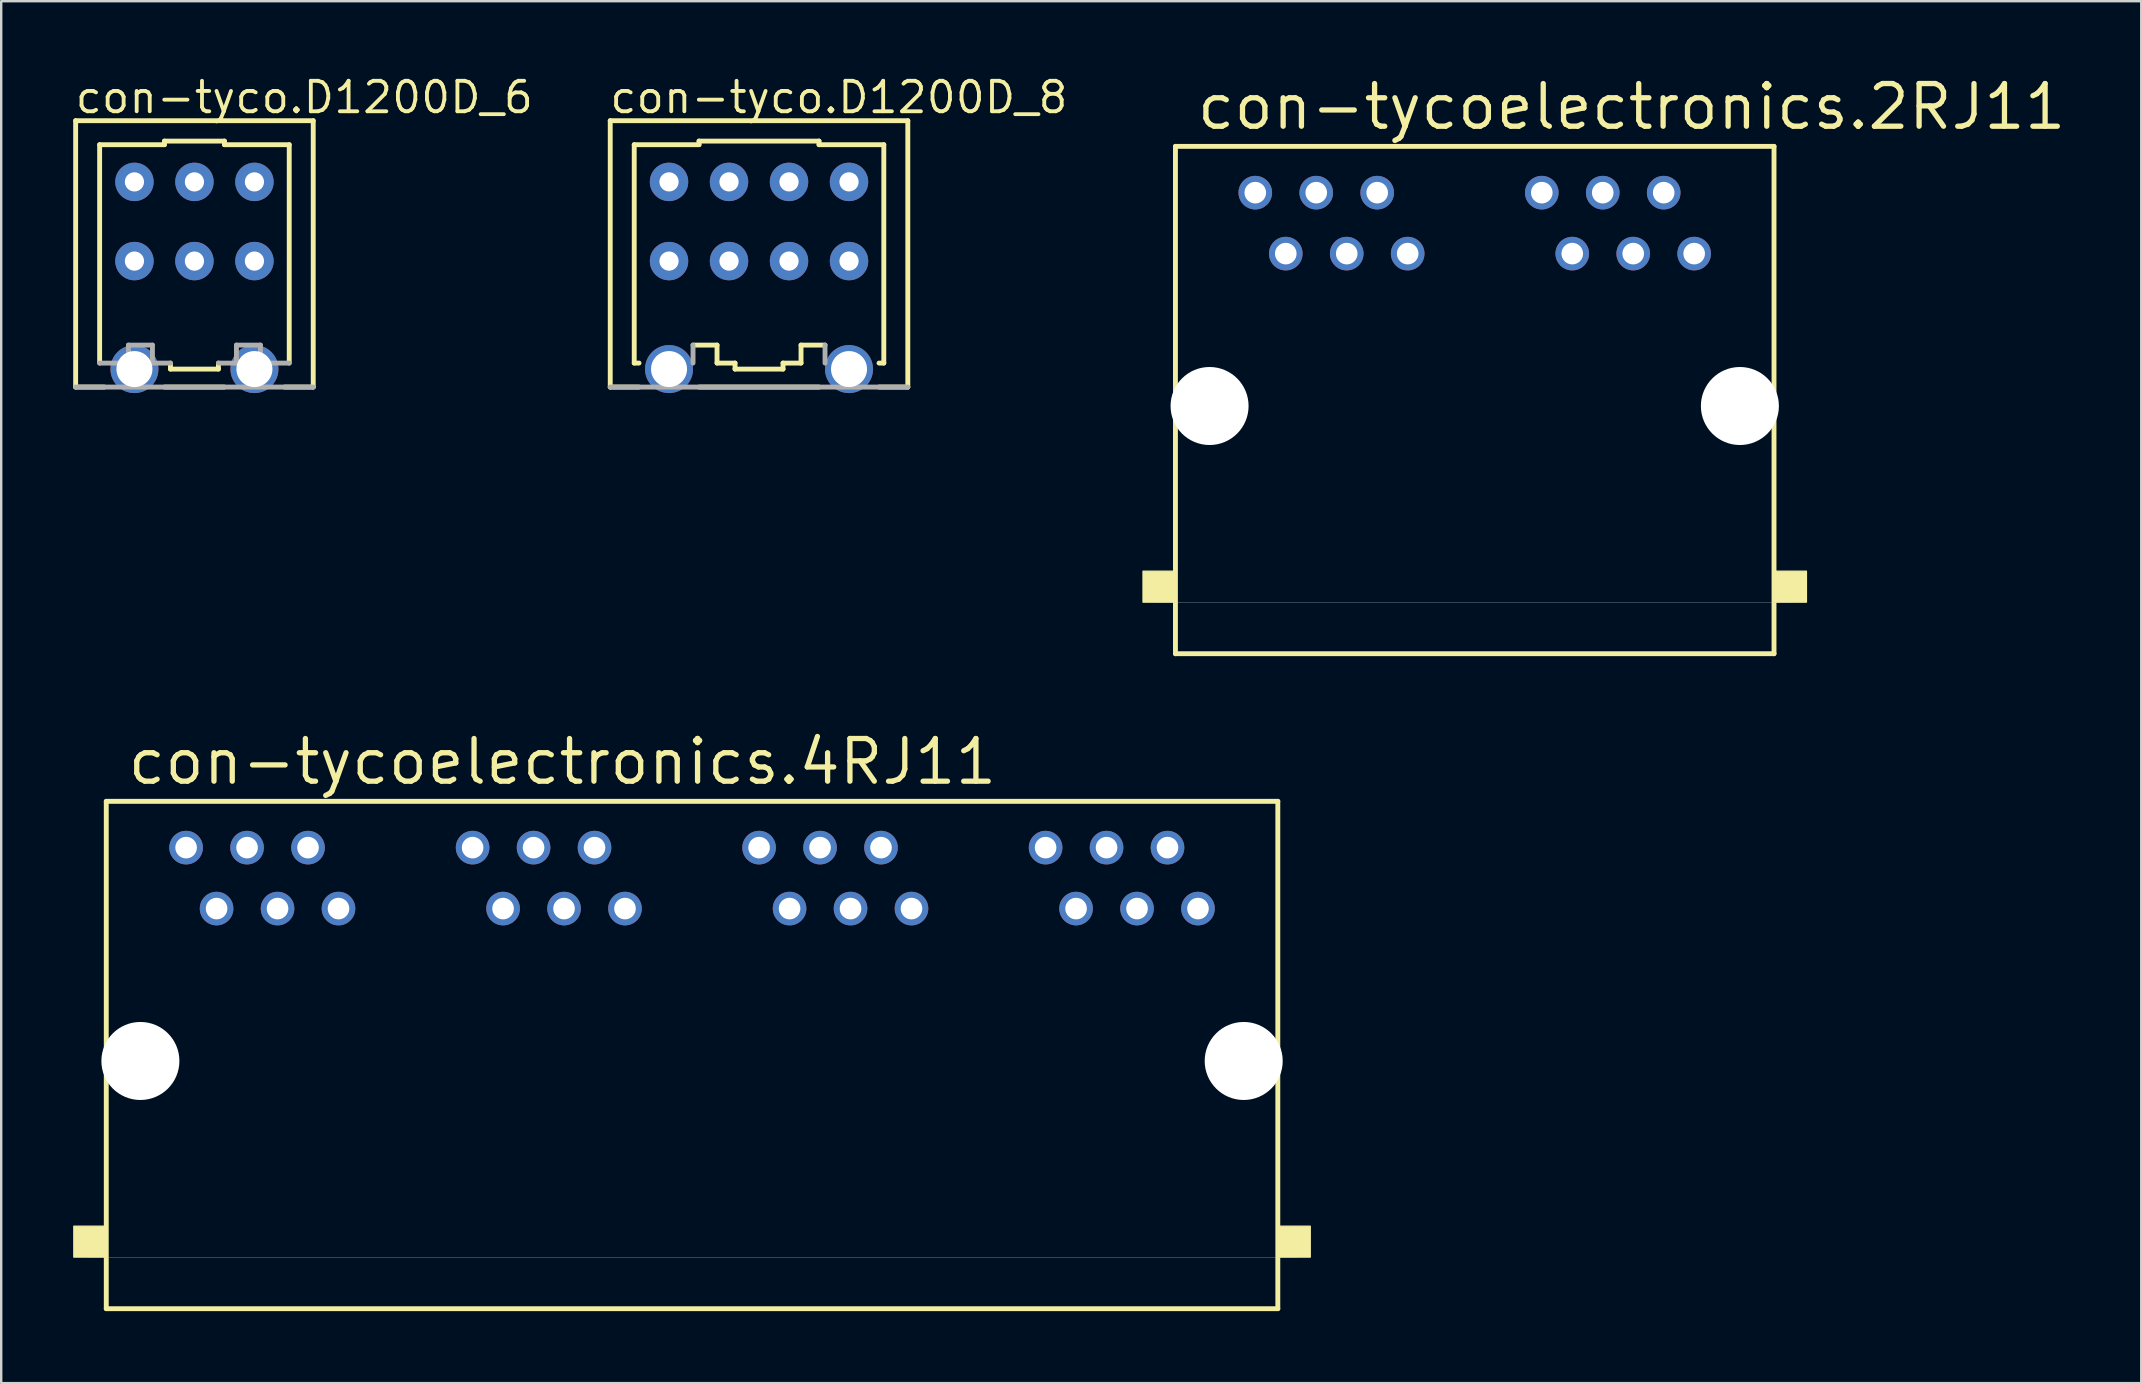
<source format=kicad_pcb>
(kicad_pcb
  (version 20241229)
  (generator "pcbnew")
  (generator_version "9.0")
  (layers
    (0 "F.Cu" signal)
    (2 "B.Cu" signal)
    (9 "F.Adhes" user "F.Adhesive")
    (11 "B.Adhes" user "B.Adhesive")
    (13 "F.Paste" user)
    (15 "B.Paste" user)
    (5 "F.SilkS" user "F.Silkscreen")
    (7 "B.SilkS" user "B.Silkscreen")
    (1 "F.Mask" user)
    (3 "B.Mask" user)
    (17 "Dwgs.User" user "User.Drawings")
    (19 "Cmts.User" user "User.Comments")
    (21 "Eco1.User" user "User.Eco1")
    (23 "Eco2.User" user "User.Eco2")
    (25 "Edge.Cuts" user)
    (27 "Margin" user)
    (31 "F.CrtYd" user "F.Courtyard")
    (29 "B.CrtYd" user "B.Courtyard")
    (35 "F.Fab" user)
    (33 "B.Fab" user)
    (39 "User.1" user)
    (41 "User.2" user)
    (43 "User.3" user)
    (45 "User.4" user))
  (footprint "con-tyco.D1200D_6"
    (layer "F.Cu")
    (at 5.052 7.829)
    (property "Reference" "con-tyco.D1200D_6" (at -5.052 -6.079 0) (layer "F.SilkS") (effects (font (size 1.27 1.27) (thickness 0.16)) (justify left bottom)))
    (attr through_hole)
    (fp_line (start -4.95 -5.85) (end 4.95 -5.85) (stroke (width 0.203) (type default)) (layer "F.SilkS"))
    (fp_line (start -4.95 5.25) (end -4.95 -5.85) (stroke (width 0.203) (type default)) (layer "F.SilkS"))
    (fp_line (start -3.95 -4.85) (end -1.25 -4.85) (stroke (width 0.203) (type default)) (layer "F.SilkS"))
    (fp_line (start -3.95 4.25) (end -3.95 -4.85) (stroke (width 0.203) (type default)) (layer "F.SilkS"))
    (fp_line (start -3.75 5.25) (end -4.95 5.25) (stroke (width 0.203) (type default)) (layer "F.SilkS"))
    (fp_line (start -1.25 -5) (end 1.25 -5) (stroke (width 0.203) (type default)) (layer "F.SilkS"))
    (fp_line (start -1.25 -4.85) (end -1.25 -5) (stroke (width 0.203) (type default)) (layer "F.SilkS"))
    (fp_line (start -1 4.5) (end -1 4.25) (stroke (width 0.203) (type default)) (layer "F.SilkS"))
    (fp_line (start 1 4.25) (end 1 4.5) (stroke (width 0.203) (type default)) (layer "F.SilkS"))
    (fp_line (start 1 4.5) (end -1 4.5) (stroke (width 0.203) (type default)) (layer "F.SilkS"))
    (fp_line (start 1.25 -5) (end 1.25 -4.85) (stroke (width 0.203) (type default)) (layer "F.SilkS"))
    (fp_line (start 1.25 -4.85) (end 3.95 -4.85) (stroke (width 0.203) (type default)) (layer "F.SilkS"))
    (fp_line (start 1.25 5.25) (end -1.25 5.25) (stroke (width 0.203) (type default)) (layer "F.SilkS"))
    (fp_line (start 3.95 -4.85) (end 3.95 4.25) (stroke (width 0.203) (type default)) (layer "F.SilkS"))
    (fp_line (start 4.95 -5.85) (end 4.95 5.25) (stroke (width 0.203) (type default)) (layer "F.SilkS"))
    (fp_line (start 4.95 5.25) (end 3.75 5.25) (stroke (width 0.203) (type default)) (layer "F.SilkS"))
    (fp_line (start -2.75 3.5) (end -2.75 4.25) (stroke (width 0.203) (type default)) (layer "F.Fab"))
    (fp_line (start -2.75 4.25) (end -3.95 4.25) (stroke (width 0.203) (type default)) (layer "F.Fab"))
    (fp_line (start -1.75 3.5) (end -2.75 3.5) (stroke (width 0.203) (type default)) (layer "F.Fab"))
    (fp_line (start -1.75 4.25) (end -1.75 3.5) (stroke (width 0.203) (type default)) (layer "F.Fab"))
    (fp_line (start -1 4.25) (end -1.75 4.25) (stroke (width 0.203) (type default)) (layer "F.Fab"))
    (fp_line (start 1.75 3.5) (end 1.75 4.25) (stroke (width 0.203) (type default)) (layer "F.Fab"))
    (fp_line (start 1.75 4.25) (end 1 4.25) (stroke (width 0.203) (type default)) (layer "F.Fab"))
    (fp_line (start 2.75 3.5) (end 1.75 3.5) (stroke (width 0.203) (type default)) (layer "F.Fab"))
    (fp_line (start 2.75 4.25) (end 2.75 3.5) (stroke (width 0.203) (type default)) (layer "F.Fab"))
    (fp_line (start 3.95 4.25) (end 2.75 4.25) (stroke (width 0.203) (type default)) (layer "F.Fab"))
    (fp_line (start 4.95 5.25) (end -4.95 5.25) (stroke (width 0.203) (type default)) (layer "F.Fab"))
    (pad "A1" thru_hole circle (at 2.5 -3.3 180) (size 1.6 1.6) (drill 0.8) (layers "*.Cu" "*.Mask"))
    (pad "A2" thru_hole circle (at 0 -3.3 180) (size 1.6 1.6) (drill 0.8) (layers "*.Cu" "*.Mask"))
    (pad "A3" thru_hole circle (at -2.5 -3.3 180) (size 1.6 1.6) (drill 0.8) (layers "*.Cu" "*.Mask"))
    (pad "B1" thru_hole circle (at 2.5 0 180) (size 1.6 1.6) (drill 0.8) (layers "*.Cu" "*.Mask"))
    (pad "B2" thru_hole circle (at 0 0 180) (size 1.6 1.6) (drill 0.8) (layers "*.Cu" "*.Mask"))
    (pad "B3" thru_hole circle (at -2.5 0 180) (size 1.6 1.6) (drill 0.8) (layers "*.Cu" "*.Mask"))
    (pad "M1" thru_hole circle (at 2.5 4.5) (size 2 2) (drill 1.5) (layers "*.Cu" "*.Mask"))
    (pad "M2" thru_hole circle (at -2.5 4.5) (size 2 2) (drill 1.5) (layers "*.Cu" "*.Mask")))
  (footprint "con-tycoelectronics.4RJ11"
    (layer "F.Cu")
    (at 25.787 41.16)
    (property "Reference" "con-tycoelectronics.4RJ11" (at -23.622 -11.43 0) (layer "F.SilkS") (effects (font (size 1.778 1.778) (thickness 0.22)) (justify left bottom)))
    (attr through_hole)
    (fp_line (start -24.409 -10.819) (end 24.409 -10.819) (stroke (width 0.203) (type default)) (layer "F.SilkS"))
    (fp_line (start -24.409 10.322) (end -24.409 -10.819) (stroke (width 0.203) (type default)) (layer "F.SilkS"))
    (fp_line (start 24.409 -10.819) (end 24.409 10.322) (stroke (width 0.203) (type default)) (layer "F.SilkS"))
    (fp_line (start 24.409 10.322) (end -24.409 10.322) (stroke (width 0.203) (type default)) (layer "F.SilkS"))
    (fp_rect (start -25.762 8.175) (end -24.482 6.882) (stroke (width 0.05) (type default)) (fill yes) (layer "F.SilkS"))
    (fp_rect (start 24.482 8.175) (end 25.762 6.882) (stroke (width 0.05) (type default)) (fill yes) (layer "F.SilkS"))
    (fp_line (start 25.209 8.18) (end -25.209 8.18) (stroke (width 0.01) (type default)) (layer "Edge.Cuts"))
    (pad "" np_thru_hole circle (at -22.987 0) (size 3.251 3.251) (drill 3.251) (layers "*.Cu" "*.Mask"))
    (pad "" np_thru_hole circle (at 22.987 0) (size 3.251 3.251) (drill 3.251) (layers "*.Cu" "*.Mask"))
    (pad "1-1" thru_hole circle (at -21.082 -8.89) (size 1.4 1.4) (drill 0.9) (layers "*.Cu" "*.Mask"))
    (pad "1-2" thru_hole circle (at -19.812 -6.35) (size 1.4 1.4) (drill 0.9) (layers "*.Cu" "*.Mask"))
    (pad "1-3" thru_hole circle (at -18.542 -8.89) (size 1.4 1.4) (drill 0.9) (layers "*.Cu" "*.Mask"))
    (pad "1-4" thru_hole circle (at -17.272 -6.35) (size 1.4 1.4) (drill 0.9) (layers "*.Cu" "*.Mask"))
    (pad "1-5" thru_hole circle (at -16.002 -8.89) (size 1.4 1.4) (drill 0.9) (layers "*.Cu" "*.Mask"))
    (pad "1-6" thru_hole circle (at -14.732 -6.35) (size 1.4 1.4) (drill 0.9) (layers "*.Cu" "*.Mask"))
    (pad "2-1" thru_hole circle (at -9.144 -8.89) (size 1.4 1.4) (drill 0.9) (layers "*.Cu" "*.Mask"))
    (pad "2-2" thru_hole circle (at -7.874 -6.35) (size 1.4 1.4) (drill 0.9) (layers "*.Cu" "*.Mask"))
    (pad "2-3" thru_hole circle (at -6.604 -8.89) (size 1.4 1.4) (drill 0.9) (layers "*.Cu" "*.Mask"))
    (pad "2-4" thru_hole circle (at -5.334 -6.35) (size 1.4 1.4) (drill 0.9) (layers "*.Cu" "*.Mask"))
    (pad "2-5" thru_hole circle (at -4.064 -8.89) (size 1.4 1.4) (drill 0.9) (layers "*.Cu" "*.Mask"))
    (pad "2-6" thru_hole circle (at -2.794 -6.35) (size 1.4 1.4) (drill 0.9) (layers "*.Cu" "*.Mask"))
    (pad "3-1" thru_hole circle (at 2.794 -8.89) (size 1.4 1.4) (drill 0.9) (layers "*.Cu" "*.Mask"))
    (pad "3-2" thru_hole circle (at 4.064 -6.35) (size 1.4 1.4) (drill 0.9) (layers "*.Cu" "*.Mask"))
    (pad "3-3" thru_hole circle (at 5.334 -8.89) (size 1.4 1.4) (drill 0.9) (layers "*.Cu" "*.Mask"))
    (pad "3-4" thru_hole circle (at 6.604 -6.35) (size 1.4 1.4) (drill 0.9) (layers "*.Cu" "*.Mask"))
    (pad "3-5" thru_hole circle (at 7.874 -8.89) (size 1.4 1.4) (drill 0.9) (layers "*.Cu" "*.Mask"))
    (pad "3-6" thru_hole circle (at 9.144 -6.35) (size 1.4 1.4) (drill 0.9) (layers "*.Cu" "*.Mask"))
    (pad "4-1" thru_hole circle (at 14.732 -8.89) (size 1.4 1.4) (drill 0.9) (layers "*.Cu" "*.Mask"))
    (pad "4-2" thru_hole circle (at 16.002 -6.35) (size 1.4 1.4) (drill 0.9) (layers "*.Cu" "*.Mask"))
    (pad "4-3" thru_hole circle (at 17.272 -8.89) (size 1.4 1.4) (drill 0.9) (layers "*.Cu" "*.Mask"))
    (pad "4-4" thru_hole circle (at 18.542 -6.35) (size 1.4 1.4) (drill 0.9) (layers "*.Cu" "*.Mask"))
    (pad "4-5" thru_hole circle (at 19.812 -8.89) (size 1.4 1.4) (drill 0.9) (layers "*.Cu" "*.Mask"))
    (pad "4-6" thru_hole circle (at 21.082 -6.35) (size 1.4 1.4) (drill 0.9) (layers "*.Cu" "*.Mask")))
  (footprint "con-tyco.D1200D_8"
    (layer "F.Cu")
    (at 28.578 7.829)
    (property "Reference" "con-tyco.D1200D_8" (at -6.302 -6.079 0) (layer "F.SilkS") (effects (font (size 1.27 1.27) (thickness 0.16)) (justify left bottom)))
    (attr through_hole)
    (fp_line (start -6.2 -5.85) (end 6.2 -5.85) (stroke (width 0.203) (type default)) (layer "F.SilkS"))
    (fp_line (start -6.2 5.25) (end -6.2 -5.85) (stroke (width 0.203) (type default)) (layer "F.SilkS"))
    (fp_line (start -5.2 -4.85) (end -2.5 -4.85) (stroke (width 0.203) (type default)) (layer "F.SilkS"))
    (fp_line (start -5.2 4.25) (end -5.2 -4.85) (stroke (width 0.203) (type default)) (layer "F.SilkS"))
    (fp_line (start -5 4.25) (end -5.2 4.25) (stroke (width 0.203) (type default)) (layer "F.SilkS"))
    (fp_line (start -5 5.25) (end -6.2 5.25) (stroke (width 0.203) (type default)) (layer "F.SilkS"))
    (fp_line (start -2.5 -5) (end 2.5 -5) (stroke (width 0.203) (type default)) (layer "F.SilkS"))
    (fp_line (start -2.5 -4.85) (end -2.5 -5) (stroke (width 0.203) (type default)) (layer "F.SilkS"))
    (fp_line (start -1.75 3.5) (end -2.75 3.5) (stroke (width 0.203) (type default)) (layer "F.SilkS"))
    (fp_line (start -1.75 4.25) (end -1.75 3.5) (stroke (width 0.203) (type default)) (layer "F.SilkS"))
    (fp_line (start -1 4.25) (end -1.75 4.25) (stroke (width 0.203) (type default)) (layer "F.SilkS"))
    (fp_line (start -1 4.5) (end -1 4.25) (stroke (width 0.203) (type default)) (layer "F.SilkS"))
    (fp_line (start 1 4.25) (end 1 4.5) (stroke (width 0.203) (type default)) (layer "F.SilkS"))
    (fp_line (start 1 4.5) (end -1 4.5) (stroke (width 0.203) (type default)) (layer "F.SilkS"))
    (fp_line (start 1.75 3.5) (end 1.75 4.25) (stroke (width 0.203) (type default)) (layer "F.SilkS"))
    (fp_line (start 1.75 4.25) (end 1 4.25) (stroke (width 0.203) (type default)) (layer "F.SilkS"))
    (fp_line (start 2.5 -5) (end 2.5 -4.85) (stroke (width 0.203) (type default)) (layer "F.SilkS"))
    (fp_line (start 2.5 -4.85) (end 5.2 -4.85) (stroke (width 0.203) (type default)) (layer "F.SilkS"))
    (fp_line (start 2.5 5.25) (end -2.5 5.25) (stroke (width 0.203) (type default)) (layer "F.SilkS"))
    (fp_line (start 2.75 3.5) (end 1.75 3.5) (stroke (width 0.203) (type default)) (layer "F.SilkS"))
    (fp_line (start 5.2 -4.85) (end 5.2 4.25) (stroke (width 0.203) (type default)) (layer "F.SilkS"))
    (fp_line (start 5.2 4.25) (end 5 4.25) (stroke (width 0.203) (type default)) (layer "F.SilkS"))
    (fp_line (start 6.2 -5.85) (end 6.2 5.25) (stroke (width 0.203) (type default)) (layer "F.SilkS"))
    (fp_line (start 6.2 5.25) (end 5 5.25) (stroke (width 0.203) (type default)) (layer "F.SilkS"))
    (fp_line (start -2.75 3.5) (end -2.75 4.25) (stroke (width 0.203) (type default)) (layer "F.Fab"))
    (fp_line (start 2.75 4.25) (end 2.75 3.5) (stroke (width 0.203) (type default)) (layer "F.Fab"))
    (fp_line (start 6.2 5.25) (end -6.2 5.25) (stroke (width 0.203) (type default)) (layer "F.Fab"))
    (pad "A1" thru_hole circle (at 3.75 -3.3 180) (size 1.6 1.6) (drill 0.8) (layers "*.Cu" "*.Mask"))
    (pad "A2" thru_hole circle (at 1.25 -3.3 180) (size 1.6 1.6) (drill 0.8) (layers "*.Cu" "*.Mask"))
    (pad "A3" thru_hole circle (at -1.25 -3.3 180) (size 1.6 1.6) (drill 0.8) (layers "*.Cu" "*.Mask"))
    (pad "A4" thru_hole circle (at -3.75 -3.3 180) (size 1.6 1.6) (drill 0.8) (layers "*.Cu" "*.Mask"))
    (pad "B1" thru_hole circle (at 3.75 0 180) (size 1.6 1.6) (drill 0.8) (layers "*.Cu" "*.Mask"))
    (pad "B2" thru_hole circle (at 1.25 0 180) (size 1.6 1.6) (drill 0.8) (layers "*.Cu" "*.Mask"))
    (pad "B3" thru_hole circle (at -1.25 0 180) (size 1.6 1.6) (drill 0.8) (layers "*.Cu" "*.Mask"))
    (pad "B4" thru_hole circle (at -3.75 0 180) (size 1.6 1.6) (drill 0.8) (layers "*.Cu" "*.Mask"))
    (pad "M1" thru_hole circle (at 3.75 4.5) (size 2 2) (drill 1.5) (layers "*.Cu" "*.Mask"))
    (pad "M2" thru_hole circle (at -3.75 4.5) (size 2 2) (drill 1.5) (layers "*.Cu" "*.Mask")))
  (footprint "con-tycoelectronics.2RJ11"
    (layer "F.Cu")
    (at 58.401 13.868)
    (property "Reference" "con-tycoelectronics.2RJ11" (at -11.684 -11.43 0) (layer "F.SilkS") (effects (font (size 1.778 1.778) (thickness 0.22)) (justify left bottom)))
    (attr through_hole)
    (fp_line (start -12.471 -10.819) (end 12.471 -10.819) (stroke (width 0.203) (type default)) (layer "F.SilkS"))
    (fp_line (start -12.471 10.322) (end -12.471 -10.819) (stroke (width 0.203) (type default)) (layer "F.SilkS"))
    (fp_line (start 12.471 -10.819) (end 12.471 10.322) (stroke (width 0.203) (type default)) (layer "F.SilkS"))
    (fp_line (start 12.471 10.322) (end -12.471 10.322) (stroke (width 0.203) (type default)) (layer "F.SilkS"))
    (fp_rect (start -13.824 8.175) (end -12.544 6.882) (stroke (width 0.05) (type default)) (fill yes) (layer "F.SilkS"))
    (fp_rect (start 12.544 8.175) (end 13.824 6.882) (stroke (width 0.05) (type default)) (fill yes) (layer "F.SilkS"))
    (fp_line (start 13.271 8.18) (end -13.271 8.18) (stroke (width 0.01) (type default)) (layer "Edge.Cuts"))
    (pad "" np_thru_hole circle (at -11.049 0) (size 3.251 3.251) (drill 3.251) (layers "*.Cu" "*.Mask"))
    (pad "" np_thru_hole circle (at 11.049 0) (size 3.251 3.251) (drill 3.251) (layers "*.Cu" "*.Mask"))
    (pad "1-1" thru_hole circle (at -9.144 -8.89) (size 1.4 1.4) (drill 0.9) (layers "*.Cu" "*.Mask"))
    (pad "1-2" thru_hole circle (at -7.874 -6.35) (size 1.4 1.4) (drill 0.9) (layers "*.Cu" "*.Mask"))
    (pad "1-3" thru_hole circle (at -6.604 -8.89) (size 1.4 1.4) (drill 0.9) (layers "*.Cu" "*.Mask"))
    (pad "1-4" thru_hole circle (at -5.334 -6.35) (size 1.4 1.4) (drill 0.9) (layers "*.Cu" "*.Mask"))
    (pad "1-5" thru_hole circle (at -4.064 -8.89) (size 1.4 1.4) (drill 0.9) (layers "*.Cu" "*.Mask"))
    (pad "1-6" thru_hole circle (at -2.794 -6.35) (size 1.4 1.4) (drill 0.9) (layers "*.Cu" "*.Mask"))
    (pad "2-1" thru_hole circle (at 2.794 -8.89) (size 1.4 1.4) (drill 0.9) (layers "*.Cu" "*.Mask"))
    (pad "2-2" thru_hole circle (at 4.064 -6.35) (size 1.4 1.4) (drill 0.9) (layers "*.Cu" "*.Mask"))
    (pad "2-3" thru_hole circle (at 5.334 -8.89) (size 1.4 1.4) (drill 0.9) (layers "*.Cu" "*.Mask"))
    (pad "2-4" thru_hole circle (at 6.604 -6.35) (size 1.4 1.4) (drill 0.9) (layers "*.Cu" "*.Mask"))
    (pad "2-5" thru_hole circle (at 7.874 -8.89) (size 1.4 1.4) (drill 0.9) (layers "*.Cu" "*.Mask"))
    (pad "2-6" thru_hole circle (at 9.144 -6.35) (size 1.4 1.4) (drill 0.9) (layers "*.Cu" "*.Mask")))
  (gr_rect
    (start -3 -3)
    (end 86.174 54.583)
    (stroke (width 0.1) (type default))
    (fill no)
    (layer "Edge.Cuts")))
</source>
